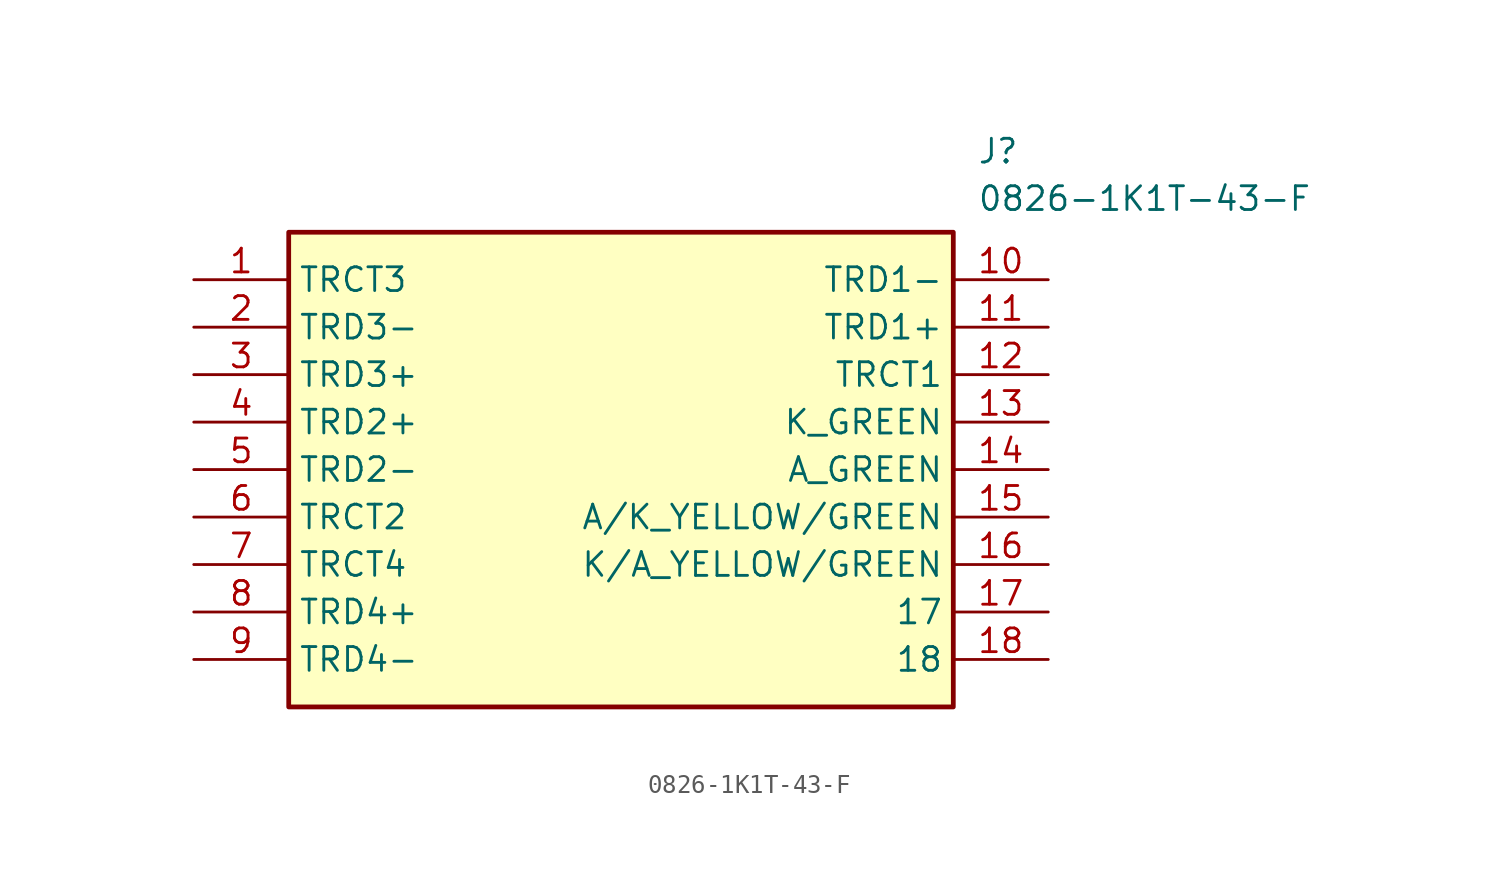
<source format=kicad_sym>
(kicad_symbol_lib
  (version 20211014)
  (generator SamacSys_ECAD_Model)
  (symbol "0826-1K1T-43-F"
    (property "Reference" "J"
      (at 41.91 7.62 0)
      (effects (font (size 1.27 1.27)) (justify left top)))
    (property "Value" "0826-1K1T-43-F"
      (at 41.91 5.08 0)
      (effects (font (size 1.27 1.27)) (justify left top)))
    (rectangle
      (start 5.08 2.54)
      (end 40.64 -22.86)
      (stroke (width 0.254) (type default))
      (fill (type background)))
    (pin passive line
      (at 0 0 0)
      (length 5.08)
      (name "TRCT3" (effects (font (size 1.27 1.27))))
      (number "1" (effects (font (size 1.27 1.27)))))
    (pin passive line
      (at 0 -2.54 0)
      (length 5.08)
      (name "TRD3-" (effects (font (size 1.27 1.27))))
      (number "2" (effects (font (size 1.27 1.27)))))
    (pin passive line
      (at 0 -5.08 0)
      (length 5.08)
      (name "TRD3+" (effects (font (size 1.27 1.27))))
      (number "3" (effects (font (size 1.27 1.27)))))
    (pin passive line
      (at 0 -7.62 0)
      (length 5.08)
      (name "TRD2+" (effects (font (size 1.27 1.27))))
      (number "4" (effects (font (size 1.27 1.27)))))
    (pin passive line
      (at 0 -10.16 0)
      (length 5.08)
      (name "TRD2-" (effects (font (size 1.27 1.27))))
      (number "5" (effects (font (size 1.27 1.27)))))
    (pin passive line
      (at 0 -12.7 0)
      (length 5.08)
      (name "TRCT2" (effects (font (size 1.27 1.27))))
      (number "6" (effects (font (size 1.27 1.27)))))
    (pin passive line
      (at 0 -15.24 0)
      (length 5.08)
      (name "TRCT4" (effects (font (size 1.27 1.27))))
      (number "7" (effects (font (size 1.27 1.27)))))
    (pin passive line
      (at 0 -17.78 0)
      (length 5.08)
      (name "TRD4+" (effects (font (size 1.27 1.27))))
      (number "8" (effects (font (size 1.27 1.27)))))
    (pin passive line
      (at 0 -20.32 0)
      (length 5.08)
      (name "TRD4-" (effects (font (size 1.27 1.27))))
      (number "9" (effects (font (size 1.27 1.27)))))
    (pin passive line
      (at 45.72 0 180)
      (length 5.08)
      (name "TRD1-" (effects (font (size 1.27 1.27))))
      (number "10" (effects (font (size 1.27 1.27)))))
    (pin passive line
      (at 45.72 -2.54 180)
      (length 5.08)
      (name "TRD1+" (effects (font (size 1.27 1.27))))
      (number "11" (effects (font (size 1.27 1.27)))))
    (pin passive line
      (at 45.72 -5.08 180)
      (length 5.08)
      (name "TRCT1" (effects (font (size 1.27 1.27))))
      (number "12" (effects (font (size 1.27 1.27)))))
    (pin passive line
      (at 45.72 -7.62 180)
      (length 5.08)
      (name "K_GREEN" (effects (font (size 1.27 1.27))))
      (number "13" (effects (font (size 1.27 1.27)))))
    (pin passive line
      (at 45.72 -10.16 180)
      (length 5.08)
      (name "A_GREEN" (effects (font (size 1.27 1.27))))
      (number "14" (effects (font (size 1.27 1.27)))))
    (pin passive line
      (at 45.72 -12.7 180)
      (length 5.08)
      (name "A/K_YELLOW/GREEN" (effects (font (size 1.27 1.27))))
      (number "15" (effects (font (size 1.27 1.27)))))
    (pin passive line
      (at 45.72 -15.24 180)
      (length 5.08)
      (name "K/A_YELLOW/GREEN" (effects (font (size 1.27 1.27))))
      (number "16" (effects (font (size 1.27 1.27)))))
    (pin passive line
      (at 45.72 -17.78 180)
      (length 5.08)
      (name "17" (effects (font (size 1.27 1.27))))
      (number "17" (effects (font (size 1.27 1.27)))))
    (pin passive line
      (at 45.72 -20.32 180)
      (length 5.08)
      (name "18" (effects (font (size 1.27 1.27))))
      (number "18" (effects (font (size 1.27 1.27)))))))
</source>
